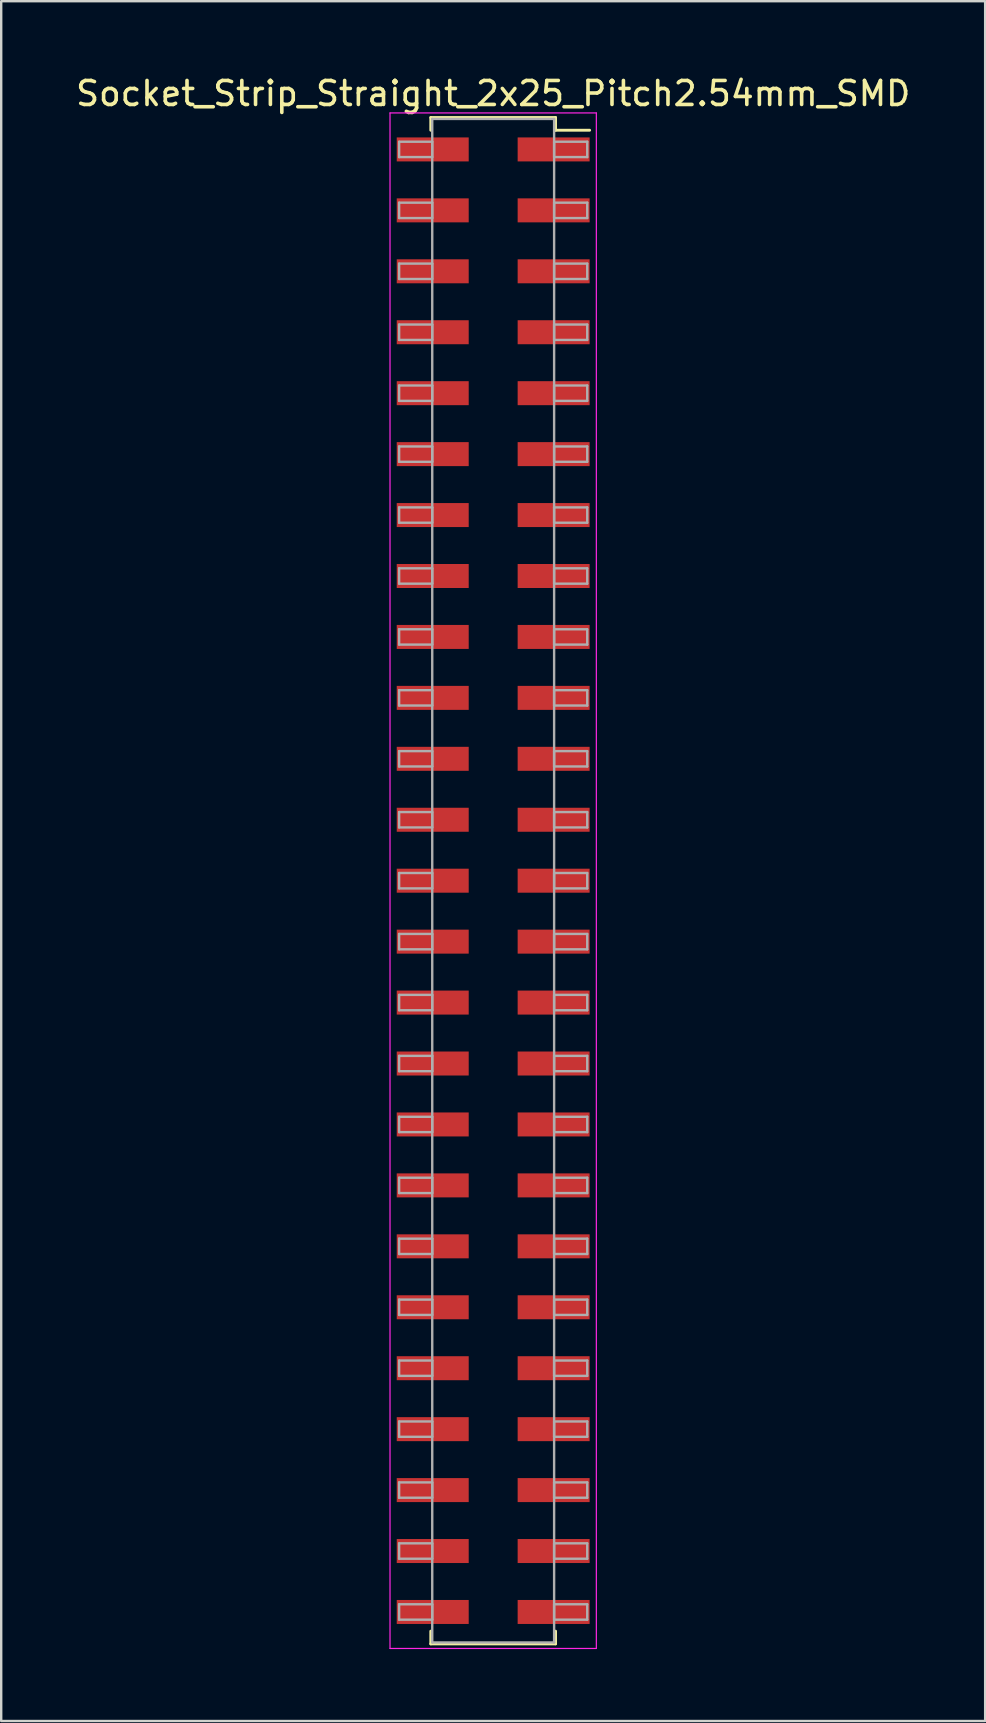
<source format=kicad_pcb>
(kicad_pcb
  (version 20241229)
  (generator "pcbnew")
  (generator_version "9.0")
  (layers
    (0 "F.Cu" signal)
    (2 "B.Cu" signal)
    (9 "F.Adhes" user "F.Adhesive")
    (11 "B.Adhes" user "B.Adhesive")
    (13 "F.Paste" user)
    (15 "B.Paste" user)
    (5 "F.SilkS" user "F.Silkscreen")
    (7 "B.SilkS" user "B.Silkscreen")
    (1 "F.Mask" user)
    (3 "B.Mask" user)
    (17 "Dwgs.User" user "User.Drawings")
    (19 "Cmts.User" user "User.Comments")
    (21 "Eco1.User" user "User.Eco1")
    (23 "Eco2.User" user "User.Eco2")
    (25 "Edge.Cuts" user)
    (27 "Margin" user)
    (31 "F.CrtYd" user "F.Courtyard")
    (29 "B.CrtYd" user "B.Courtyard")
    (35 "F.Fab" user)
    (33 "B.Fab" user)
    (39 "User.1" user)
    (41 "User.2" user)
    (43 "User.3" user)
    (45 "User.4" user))
  (footprint "Socket_Strip_Straight_2x25_Pitch2.54mm_SMD"
    (layer "F.Cu")
    (at 17.506 33.658)
    (property "Reference" "Socket_Strip_Straight_2x25_Pitch2.54mm_SMD" (at 0 -32.81 0) (layer "F.SilkS") (effects (font (size 1 1) (thickness 0.15))))
    (attr smd)
    (fp_line (start -2.6 -31.81) (end 2.6 -31.81) (stroke (width 0.12) (type solid)) (layer "F.SilkS"))
    (fp_line (start -2.6 -31.28) (end -2.6 -31.81) (stroke (width 0.12) (type solid)) (layer "F.SilkS"))
    (fp_line (start -2.6 31.28) (end -2.6 31.81) (stroke (width 0.12) (type solid)) (layer "F.SilkS"))
    (fp_line (start -2.6 31.81) (end 2.6 31.81) (stroke (width 0.12) (type solid)) (layer "F.SilkS"))
    (fp_line (start 2.6 -31.81) (end 2.6 -31.28) (stroke (width 0.12) (type solid)) (layer "F.SilkS"))
    (fp_line (start 2.6 31.81) (end 2.6 31.28) (stroke (width 0.12) (type solid)) (layer "F.SilkS"))
    (fp_line (start 4.02 -31.28) (end 2.6 -31.28) (stroke (width 0.12) (type solid)) (layer "F.SilkS"))
    (fp_line (start -4.3 -32) (end -4.3 32) (stroke (width 0.05) (type solid)) (layer "F.CrtYd"))
    (fp_line (start -4.3 32) (end 4.3 32) (stroke (width 0.05) (type solid)) (layer "F.CrtYd"))
    (fp_line (start 4.3 -32) (end -4.3 -32) (stroke (width 0.05) (type solid)) (layer "F.CrtYd"))
    (fp_line (start 4.3 32) (end 4.3 -32) (stroke (width 0.05) (type solid)) (layer "F.CrtYd"))
    (fp_line (start -3.92 -30.8) (end -2.54 -30.8) (stroke (width 0.1) (type solid)) (layer "F.Fab"))
    (fp_line (start -3.92 -30.16) (end -3.92 -30.8) (stroke (width 0.1) (type solid)) (layer "F.Fab"))
    (fp_line (start -3.92 -28.26) (end -2.54 -28.26) (stroke (width 0.1) (type solid)) (layer "F.Fab"))
    (fp_line (start -3.92 -27.62) (end -3.92 -28.26) (stroke (width 0.1) (type solid)) (layer "F.Fab"))
    (fp_line (start -3.92 -25.72) (end -2.54 -25.72) (stroke (width 0.1) (type solid)) (layer "F.Fab"))
    (fp_line (start -3.92 -25.08) (end -3.92 -25.72) (stroke (width 0.1) (type solid)) (layer "F.Fab"))
    (fp_line (start -3.92 -23.18) (end -2.54 -23.18) (stroke (width 0.1) (type solid)) (layer "F.Fab"))
    (fp_line (start -3.92 -22.54) (end -3.92 -23.18) (stroke (width 0.1) (type solid)) (layer "F.Fab"))
    (fp_line (start -3.92 -20.64) (end -2.54 -20.64) (stroke (width 0.1) (type solid)) (layer "F.Fab"))
    (fp_line (start -3.92 -20) (end -3.92 -20.64) (stroke (width 0.1) (type solid)) (layer "F.Fab"))
    (fp_line (start -3.92 -18.1) (end -2.54 -18.1) (stroke (width 0.1) (type solid)) (layer "F.Fab"))
    (fp_line (start -3.92 -17.46) (end -3.92 -18.1) (stroke (width 0.1) (type solid)) (layer "F.Fab"))
    (fp_line (start -3.92 -15.56) (end -2.54 -15.56) (stroke (width 0.1) (type solid)) (layer "F.Fab"))
    (fp_line (start -3.92 -14.92) (end -3.92 -15.56) (stroke (width 0.1) (type solid)) (layer "F.Fab"))
    (fp_line (start -3.92 -13.02) (end -2.54 -13.02) (stroke (width 0.1) (type solid)) (layer "F.Fab"))
    (fp_line (start -3.92 -12.38) (end -3.92 -13.02) (stroke (width 0.1) (type solid)) (layer "F.Fab"))
    (fp_line (start -3.92 -10.48) (end -2.54 -10.48) (stroke (width 0.1) (type solid)) (layer "F.Fab"))
    (fp_line (start -3.92 -9.84) (end -3.92 -10.48) (stroke (width 0.1) (type solid)) (layer "F.Fab"))
    (fp_line (start -3.92 -7.94) (end -2.54 -7.94) (stroke (width 0.1) (type solid)) (layer "F.Fab"))
    (fp_line (start -3.92 -7.3) (end -3.92 -7.94) (stroke (width 0.1) (type solid)) (layer "F.Fab"))
    (fp_line (start -3.92 -5.4) (end -2.54 -5.4) (stroke (width 0.1) (type solid)) (layer "F.Fab"))
    (fp_line (start -3.92 -4.76) (end -3.92 -5.4) (stroke (width 0.1) (type solid)) (layer "F.Fab"))
    (fp_line (start -3.92 -2.86) (end -2.54 -2.86) (stroke (width 0.1) (type solid)) (layer "F.Fab"))
    (fp_line (start -3.92 -2.22) (end -3.92 -2.86) (stroke (width 0.1) (type solid)) (layer "F.Fab"))
    (fp_line (start -3.92 -0.32) (end -2.54 -0.32) (stroke (width 0.1) (type solid)) (layer "F.Fab"))
    (fp_line (start -3.92 0.32) (end -3.92 -0.32) (stroke (width 0.1) (type solid)) (layer "F.Fab"))
    (fp_line (start -3.92 2.22) (end -2.54 2.22) (stroke (width 0.1) (type solid)) (layer "F.Fab"))
    (fp_line (start -3.92 2.86) (end -3.92 2.22) (stroke (width 0.1) (type solid)) (layer "F.Fab"))
    (fp_line (start -3.92 4.76) (end -2.54 4.76) (stroke (width 0.1) (type solid)) (layer "F.Fab"))
    (fp_line (start -3.92 5.4) (end -3.92 4.76) (stroke (width 0.1) (type solid)) (layer "F.Fab"))
    (fp_line (start -3.92 7.3) (end -2.54 7.3) (stroke (width 0.1) (type solid)) (layer "F.Fab"))
    (fp_line (start -3.92 7.94) (end -3.92 7.3) (stroke (width 0.1) (type solid)) (layer "F.Fab"))
    (fp_line (start -3.92 9.84) (end -2.54 9.84) (stroke (width 0.1) (type solid)) (layer "F.Fab"))
    (fp_line (start -3.92 10.48) (end -3.92 9.84) (stroke (width 0.1) (type solid)) (layer "F.Fab"))
    (fp_line (start -3.92 12.38) (end -2.54 12.38) (stroke (width 0.1) (type solid)) (layer "F.Fab"))
    (fp_line (start -3.92 13.02) (end -3.92 12.38) (stroke (width 0.1) (type solid)) (layer "F.Fab"))
    (fp_line (start -3.92 14.92) (end -2.54 14.92) (stroke (width 0.1) (type solid)) (layer "F.Fab"))
    (fp_line (start -3.92 15.56) (end -3.92 14.92) (stroke (width 0.1) (type solid)) (layer "F.Fab"))
    (fp_line (start -3.92 17.46) (end -2.54 17.46) (stroke (width 0.1) (type solid)) (layer "F.Fab"))
    (fp_line (start -3.92 18.1) (end -3.92 17.46) (stroke (width 0.1) (type solid)) (layer "F.Fab"))
    (fp_line (start -3.92 20) (end -2.54 20) (stroke (width 0.1) (type solid)) (layer "F.Fab"))
    (fp_line (start -3.92 20.64) (end -3.92 20) (stroke (width 0.1) (type solid)) (layer "F.Fab"))
    (fp_line (start -3.92 22.54) (end -2.54 22.54) (stroke (width 0.1) (type solid)) (layer "F.Fab"))
    (fp_line (start -3.92 23.18) (end -3.92 22.54) (stroke (width 0.1) (type solid)) (layer "F.Fab"))
    (fp_line (start -3.92 25.08) (end -2.54 25.08) (stroke (width 0.1) (type solid)) (layer "F.Fab"))
    (fp_line (start -3.92 25.72) (end -3.92 25.08) (stroke (width 0.1) (type solid)) (layer "F.Fab"))
    (fp_line (start -3.92 27.62) (end -2.54 27.62) (stroke (width 0.1) (type solid)) (layer "F.Fab"))
    (fp_line (start -3.92 28.26) (end -3.92 27.62) (stroke (width 0.1) (type solid)) (layer "F.Fab"))
    (fp_line (start -3.92 30.16) (end -2.54 30.16) (stroke (width 0.1) (type solid)) (layer "F.Fab"))
    (fp_line (start -3.92 30.8) (end -3.92 30.16) (stroke (width 0.1) (type solid)) (layer "F.Fab"))
    (fp_line (start -2.54 -31.75) (end -2.54 31.75) (stroke (width 0.1) (type solid)) (layer "F.Fab"))
    (fp_line (start -2.54 -30.8) (end -2.54 -30.16) (stroke (width 0.1) (type solid)) (layer "F.Fab"))
    (fp_line (start -2.54 -30.16) (end -3.92 -30.16) (stroke (width 0.1) (type solid)) (layer "F.Fab"))
    (fp_line (start -2.54 -28.26) (end -2.54 -27.62) (stroke (width 0.1) (type solid)) (layer "F.Fab"))
    (fp_line (start -2.54 -27.62) (end -3.92 -27.62) (stroke (width 0.1) (type solid)) (layer "F.Fab"))
    (fp_line (start -2.54 -25.72) (end -2.54 -25.08) (stroke (width 0.1) (type solid)) (layer "F.Fab"))
    (fp_line (start -2.54 -25.08) (end -3.92 -25.08) (stroke (width 0.1) (type solid)) (layer "F.Fab"))
    (fp_line (start -2.54 -23.18) (end -2.54 -22.54) (stroke (width 0.1) (type solid)) (layer "F.Fab"))
    (fp_line (start -2.54 -22.54) (end -3.92 -22.54) (stroke (width 0.1) (type solid)) (layer "F.Fab"))
    (fp_line (start -2.54 -20.64) (end -2.54 -20) (stroke (width 0.1) (type solid)) (layer "F.Fab"))
    (fp_line (start -2.54 -20) (end -3.92 -20) (stroke (width 0.1) (type solid)) (layer "F.Fab"))
    (fp_line (start -2.54 -18.1) (end -2.54 -17.46) (stroke (width 0.1) (type solid)) (layer "F.Fab"))
    (fp_line (start -2.54 -17.46) (end -3.92 -17.46) (stroke (width 0.1) (type solid)) (layer "F.Fab"))
    (fp_line (start -2.54 -15.56) (end -2.54 -14.92) (stroke (width 0.1) (type solid)) (layer "F.Fab"))
    (fp_line (start -2.54 -14.92) (end -3.92 -14.92) (stroke (width 0.1) (type solid)) (layer "F.Fab"))
    (fp_line (start -2.54 -13.02) (end -2.54 -12.38) (stroke (width 0.1) (type solid)) (layer "F.Fab"))
    (fp_line (start -2.54 -12.38) (end -3.92 -12.38) (stroke (width 0.1) (type solid)) (layer "F.Fab"))
    (fp_line (start -2.54 -10.48) (end -2.54 -9.84) (stroke (width 0.1) (type solid)) (layer "F.Fab"))
    (fp_line (start -2.54 -9.84) (end -3.92 -9.84) (stroke (width 0.1) (type solid)) (layer "F.Fab"))
    (fp_line (start -2.54 -7.94) (end -2.54 -7.3) (stroke (width 0.1) (type solid)) (layer "F.Fab"))
    (fp_line (start -2.54 -7.3) (end -3.92 -7.3) (stroke (width 0.1) (type solid)) (layer "F.Fab"))
    (fp_line (start -2.54 -5.4) (end -2.54 -4.76) (stroke (width 0.1) (type solid)) (layer "F.Fab"))
    (fp_line (start -2.54 -4.76) (end -3.92 -4.76) (stroke (width 0.1) (type solid)) (layer "F.Fab"))
    (fp_line (start -2.54 -2.86) (end -2.54 -2.22) (stroke (width 0.1) (type solid)) (layer "F.Fab"))
    (fp_line (start -2.54 -2.22) (end -3.92 -2.22) (stroke (width 0.1) (type solid)) (layer "F.Fab"))
    (fp_line (start -2.54 -0.32) (end -2.54 0.32) (stroke (width 0.1) (type solid)) (layer "F.Fab"))
    (fp_line (start -2.54 0.32) (end -3.92 0.32) (stroke (width 0.1) (type solid)) (layer "F.Fab"))
    (fp_line (start -2.54 2.22) (end -2.54 2.86) (stroke (width 0.1) (type solid)) (layer "F.Fab"))
    (fp_line (start -2.54 2.86) (end -3.92 2.86) (stroke (width 0.1) (type solid)) (layer "F.Fab"))
    (fp_line (start -2.54 4.76) (end -2.54 5.4) (stroke (width 0.1) (type solid)) (layer "F.Fab"))
    (fp_line (start -2.54 5.4) (end -3.92 5.4) (stroke (width 0.1) (type solid)) (layer "F.Fab"))
    (fp_line (start -2.54 7.3) (end -2.54 7.94) (stroke (width 0.1) (type solid)) (layer "F.Fab"))
    (fp_line (start -2.54 7.94) (end -3.92 7.94) (stroke (width 0.1) (type solid)) (layer "F.Fab"))
    (fp_line (start -2.54 9.84) (end -2.54 10.48) (stroke (width 0.1) (type solid)) (layer "F.Fab"))
    (fp_line (start -2.54 10.48) (end -3.92 10.48) (stroke (width 0.1) (type solid)) (layer "F.Fab"))
    (fp_line (start -2.54 12.38) (end -2.54 13.02) (stroke (width 0.1) (type solid)) (layer "F.Fab"))
    (fp_line (start -2.54 13.02) (end -3.92 13.02) (stroke (width 0.1) (type solid)) (layer "F.Fab"))
    (fp_line (start -2.54 14.92) (end -2.54 15.56) (stroke (width 0.1) (type solid)) (layer "F.Fab"))
    (fp_line (start -2.54 15.56) (end -3.92 15.56) (stroke (width 0.1) (type solid)) (layer "F.Fab"))
    (fp_line (start -2.54 17.46) (end -2.54 18.1) (stroke (width 0.1) (type solid)) (layer "F.Fab"))
    (fp_line (start -2.54 18.1) (end -3.92 18.1) (stroke (width 0.1) (type solid)) (layer "F.Fab"))
    (fp_line (start -2.54 20) (end -2.54 20.64) (stroke (width 0.1) (type solid)) (layer "F.Fab"))
    (fp_line (start -2.54 20.64) (end -3.92 20.64) (stroke (width 0.1) (type solid)) (layer "F.Fab"))
    (fp_line (start -2.54 22.54) (end -2.54 23.18) (stroke (width 0.1) (type solid)) (layer "F.Fab"))
    (fp_line (start -2.54 23.18) (end -3.92 23.18) (stroke (width 0.1) (type solid)) (layer "F.Fab"))
    (fp_line (start -2.54 25.08) (end -2.54 25.72) (stroke (width 0.1) (type solid)) (layer "F.Fab"))
    (fp_line (start -2.54 25.72) (end -3.92 25.72) (stroke (width 0.1) (type solid)) (layer "F.Fab"))
    (fp_line (start -2.54 27.62) (end -2.54 28.26) (stroke (width 0.1) (type solid)) (layer "F.Fab"))
    (fp_line (start -2.54 28.26) (end -3.92 28.26) (stroke (width 0.1) (type solid)) (layer "F.Fab"))
    (fp_line (start -2.54 30.16) (end -2.54 30.8) (stroke (width 0.1) (type solid)) (layer "F.Fab"))
    (fp_line (start -2.54 30.8) (end -3.92 30.8) (stroke (width 0.1) (type solid)) (layer "F.Fab"))
    (fp_line (start -2.54 31.75) (end 2.54 31.75) (stroke (width 0.1) (type solid)) (layer "F.Fab"))
    (fp_line (start 2.54 -31.75) (end -2.54 -31.75) (stroke (width 0.1) (type solid)) (layer "F.Fab"))
    (fp_line (start 2.54 -30.8) (end 2.54 -30.16) (stroke (width 0.1) (type solid)) (layer "F.Fab"))
    (fp_line (start 2.54 -30.16) (end 3.92 -30.16) (stroke (width 0.1) (type solid)) (layer "F.Fab"))
    (fp_line (start 2.54 -28.26) (end 2.54 -27.62) (stroke (width 0.1) (type solid)) (layer "F.Fab"))
    (fp_line (start 2.54 -27.62) (end 3.92 -27.62) (stroke (width 0.1) (type solid)) (layer "F.Fab"))
    (fp_line (start 2.54 -25.72) (end 2.54 -25.08) (stroke (width 0.1) (type solid)) (layer "F.Fab"))
    (fp_line (start 2.54 -25.08) (end 3.92 -25.08) (stroke (width 0.1) (type solid)) (layer "F.Fab"))
    (fp_line (start 2.54 -23.18) (end 2.54 -22.54) (stroke (width 0.1) (type solid)) (layer "F.Fab"))
    (fp_line (start 2.54 -22.54) (end 3.92 -22.54) (stroke (width 0.1) (type solid)) (layer "F.Fab"))
    (fp_line (start 2.54 -20.64) (end 2.54 -20) (stroke (width 0.1) (type solid)) (layer "F.Fab"))
    (fp_line (start 2.54 -20) (end 3.92 -20) (stroke (width 0.1) (type solid)) (layer "F.Fab"))
    (fp_line (start 2.54 -18.1) (end 2.54 -17.46) (stroke (width 0.1) (type solid)) (layer "F.Fab"))
    (fp_line (start 2.54 -17.46) (end 3.92 -17.46) (stroke (width 0.1) (type solid)) (layer "F.Fab"))
    (fp_line (start 2.54 -15.56) (end 2.54 -14.92) (stroke (width 0.1) (type solid)) (layer "F.Fab"))
    (fp_line (start 2.54 -14.92) (end 3.92 -14.92) (stroke (width 0.1) (type solid)) (layer "F.Fab"))
    (fp_line (start 2.54 -13.02) (end 2.54 -12.38) (stroke (width 0.1) (type solid)) (layer "F.Fab"))
    (fp_line (start 2.54 -12.38) (end 3.92 -12.38) (stroke (width 0.1) (type solid)) (layer "F.Fab"))
    (fp_line (start 2.54 -10.48) (end 2.54 -9.84) (stroke (width 0.1) (type solid)) (layer "F.Fab"))
    (fp_line (start 2.54 -9.84) (end 3.92 -9.84) (stroke (width 0.1) (type solid)) (layer "F.Fab"))
    (fp_line (start 2.54 -7.94) (end 2.54 -7.3) (stroke (width 0.1) (type solid)) (layer "F.Fab"))
    (fp_line (start 2.54 -7.3) (end 3.92 -7.3) (stroke (width 0.1) (type solid)) (layer "F.Fab"))
    (fp_line (start 2.54 -5.4) (end 2.54 -4.76) (stroke (width 0.1) (type solid)) (layer "F.Fab"))
    (fp_line (start 2.54 -4.76) (end 3.92 -4.76) (stroke (width 0.1) (type solid)) (layer "F.Fab"))
    (fp_line (start 2.54 -2.86) (end 2.54 -2.22) (stroke (width 0.1) (type solid)) (layer "F.Fab"))
    (fp_line (start 2.54 -2.22) (end 3.92 -2.22) (stroke (width 0.1) (type solid)) (layer "F.Fab"))
    (fp_line (start 2.54 -0.32) (end 2.54 0.32) (stroke (width 0.1) (type solid)) (layer "F.Fab"))
    (fp_line (start 2.54 0.32) (end 3.92 0.32) (stroke (width 0.1) (type solid)) (layer "F.Fab"))
    (fp_line (start 2.54 2.22) (end 2.54 2.86) (stroke (width 0.1) (type solid)) (layer "F.Fab"))
    (fp_line (start 2.54 2.86) (end 3.92 2.86) (stroke (width 0.1) (type solid)) (layer "F.Fab"))
    (fp_line (start 2.54 4.76) (end 2.54 5.4) (stroke (width 0.1) (type solid)) (layer "F.Fab"))
    (fp_line (start 2.54 5.4) (end 3.92 5.4) (stroke (width 0.1) (type solid)) (layer "F.Fab"))
    (fp_line (start 2.54 7.3) (end 2.54 7.94) (stroke (width 0.1) (type solid)) (layer "F.Fab"))
    (fp_line (start 2.54 7.94) (end 3.92 7.94) (stroke (width 0.1) (type solid)) (layer "F.Fab"))
    (fp_line (start 2.54 9.84) (end 2.54 10.48) (stroke (width 0.1) (type solid)) (layer "F.Fab"))
    (fp_line (start 2.54 10.48) (end 3.92 10.48) (stroke (width 0.1) (type solid)) (layer "F.Fab"))
    (fp_line (start 2.54 12.38) (end 2.54 13.02) (stroke (width 0.1) (type solid)) (layer "F.Fab"))
    (fp_line (start 2.54 13.02) (end 3.92 13.02) (stroke (width 0.1) (type solid)) (layer "F.Fab"))
    (fp_line (start 2.54 14.92) (end 2.54 15.56) (stroke (width 0.1) (type solid)) (layer "F.Fab"))
    (fp_line (start 2.54 15.56) (end 3.92 15.56) (stroke (width 0.1) (type solid)) (layer "F.Fab"))
    (fp_line (start 2.54 17.46) (end 2.54 18.1) (stroke (width 0.1) (type solid)) (layer "F.Fab"))
    (fp_line (start 2.54 18.1) (end 3.92 18.1) (stroke (width 0.1) (type solid)) (layer "F.Fab"))
    (fp_line (start 2.54 20) (end 2.54 20.64) (stroke (width 0.1) (type solid)) (layer "F.Fab"))
    (fp_line (start 2.54 20.64) (end 3.92 20.64) (stroke (width 0.1) (type solid)) (layer "F.Fab"))
    (fp_line (start 2.54 22.54) (end 2.54 23.18) (stroke (width 0.1) (type solid)) (layer "F.Fab"))
    (fp_line (start 2.54 23.18) (end 3.92 23.18) (stroke (width 0.1) (type solid)) (layer "F.Fab"))
    (fp_line (start 2.54 25.08) (end 2.54 25.72) (stroke (width 0.1) (type solid)) (layer "F.Fab"))
    (fp_line (start 2.54 25.72) (end 3.92 25.72) (stroke (width 0.1) (type solid)) (layer "F.Fab"))
    (fp_line (start 2.54 27.62) (end 2.54 28.26) (stroke (width 0.1) (type solid)) (layer "F.Fab"))
    (fp_line (start 2.54 28.26) (end 3.92 28.26) (stroke (width 0.1) (type solid)) (layer "F.Fab"))
    (fp_line (start 2.54 30.16) (end 2.54 30.8) (stroke (width 0.1) (type solid)) (layer "F.Fab"))
    (fp_line (start 2.54 30.8) (end 3.92 30.8) (stroke (width 0.1) (type solid)) (layer "F.Fab"))
    (fp_line (start 2.54 31.75) (end 2.54 -31.75) (stroke (width 0.1) (type solid)) (layer "F.Fab"))
    (fp_line (start 3.92 -30.8) (end 2.54 -30.8) (stroke (width 0.1) (type solid)) (layer "F.Fab"))
    (fp_line (start 3.92 -30.16) (end 3.92 -30.8) (stroke (width 0.1) (type solid)) (layer "F.Fab"))
    (fp_line (start 3.92 -28.26) (end 2.54 -28.26) (stroke (width 0.1) (type solid)) (layer "F.Fab"))
    (fp_line (start 3.92 -27.62) (end 3.92 -28.26) (stroke (width 0.1) (type solid)) (layer "F.Fab"))
    (fp_line (start 3.92 -25.72) (end 2.54 -25.72) (stroke (width 0.1) (type solid)) (layer "F.Fab"))
    (fp_line (start 3.92 -25.08) (end 3.92 -25.72) (stroke (width 0.1) (type solid)) (layer "F.Fab"))
    (fp_line (start 3.92 -23.18) (end 2.54 -23.18) (stroke (width 0.1) (type solid)) (layer "F.Fab"))
    (fp_line (start 3.92 -22.54) (end 3.92 -23.18) (stroke (width 0.1) (type solid)) (layer "F.Fab"))
    (fp_line (start 3.92 -20.64) (end 2.54 -20.64) (stroke (width 0.1) (type solid)) (layer "F.Fab"))
    (fp_line (start 3.92 -20) (end 3.92 -20.64) (stroke (width 0.1) (type solid)) (layer "F.Fab"))
    (fp_line (start 3.92 -18.1) (end 2.54 -18.1) (stroke (width 0.1) (type solid)) (layer "F.Fab"))
    (fp_line (start 3.92 -17.46) (end 3.92 -18.1) (stroke (width 0.1) (type solid)) (layer "F.Fab"))
    (fp_line (start 3.92 -15.56) (end 2.54 -15.56) (stroke (width 0.1) (type solid)) (layer "F.Fab"))
    (fp_line (start 3.92 -14.92) (end 3.92 -15.56) (stroke (width 0.1) (type solid)) (layer "F.Fab"))
    (fp_line (start 3.92 -13.02) (end 2.54 -13.02) (stroke (width 0.1) (type solid)) (layer "F.Fab"))
    (fp_line (start 3.92 -12.38) (end 3.92 -13.02) (stroke (width 0.1) (type solid)) (layer "F.Fab"))
    (fp_line (start 3.92 -10.48) (end 2.54 -10.48) (stroke (width 0.1) (type solid)) (layer "F.Fab"))
    (fp_line (start 3.92 -9.84) (end 3.92 -10.48) (stroke (width 0.1) (type solid)) (layer "F.Fab"))
    (fp_line (start 3.92 -7.94) (end 2.54 -7.94) (stroke (width 0.1) (type solid)) (layer "F.Fab"))
    (fp_line (start 3.92 -7.3) (end 3.92 -7.94) (stroke (width 0.1) (type solid)) (layer "F.Fab"))
    (fp_line (start 3.92 -5.4) (end 2.54 -5.4) (stroke (width 0.1) (type solid)) (layer "F.Fab"))
    (fp_line (start 3.92 -4.76) (end 3.92 -5.4) (stroke (width 0.1) (type solid)) (layer "F.Fab"))
    (fp_line (start 3.92 -2.86) (end 2.54 -2.86) (stroke (width 0.1) (type solid)) (layer "F.Fab"))
    (fp_line (start 3.92 -2.22) (end 3.92 -2.86) (stroke (width 0.1) (type solid)) (layer "F.Fab"))
    (fp_line (start 3.92 -0.32) (end 2.54 -0.32) (stroke (width 0.1) (type solid)) (layer "F.Fab"))
    (fp_line (start 3.92 0.32) (end 3.92 -0.32) (stroke (width 0.1) (type solid)) (layer "F.Fab"))
    (fp_line (start 3.92 2.22) (end 2.54 2.22) (stroke (width 0.1) (type solid)) (layer "F.Fab"))
    (fp_line (start 3.92 2.86) (end 3.92 2.22) (stroke (width 0.1) (type solid)) (layer "F.Fab"))
    (fp_line (start 3.92 4.76) (end 2.54 4.76) (stroke (width 0.1) (type solid)) (layer "F.Fab"))
    (fp_line (start 3.92 5.4) (end 3.92 4.76) (stroke (width 0.1) (type solid)) (layer "F.Fab"))
    (fp_line (start 3.92 7.3) (end 2.54 7.3) (stroke (width 0.1) (type solid)) (layer "F.Fab"))
    (fp_line (start 3.92 7.94) (end 3.92 7.3) (stroke (width 0.1) (type solid)) (layer "F.Fab"))
    (fp_line (start 3.92 9.84) (end 2.54 9.84) (stroke (width 0.1) (type solid)) (layer "F.Fab"))
    (fp_line (start 3.92 10.48) (end 3.92 9.84) (stroke (width 0.1) (type solid)) (layer "F.Fab"))
    (fp_line (start 3.92 12.38) (end 2.54 12.38) (stroke (width 0.1) (type solid)) (layer "F.Fab"))
    (fp_line (start 3.92 13.02) (end 3.92 12.38) (stroke (width 0.1) (type solid)) (layer "F.Fab"))
    (fp_line (start 3.92 14.92) (end 2.54 14.92) (stroke (width 0.1) (type solid)) (layer "F.Fab"))
    (fp_line (start 3.92 15.56) (end 3.92 14.92) (stroke (width 0.1) (type solid)) (layer "F.Fab"))
    (fp_line (start 3.92 17.46) (end 2.54 17.46) (stroke (width 0.1) (type solid)) (layer "F.Fab"))
    (fp_line (start 3.92 18.1) (end 3.92 17.46) (stroke (width 0.1) (type solid)) (layer "F.Fab"))
    (fp_line (start 3.92 20) (end 2.54 20) (stroke (width 0.1) (type solid)) (layer "F.Fab"))
    (fp_line (start 3.92 20.64) (end 3.92 20) (stroke (width 0.1) (type solid)) (layer "F.Fab"))
    (fp_line (start 3.92 22.54) (end 2.54 22.54) (stroke (width 0.1) (type solid)) (layer "F.Fab"))
    (fp_line (start 3.92 23.18) (end 3.92 22.54) (stroke (width 0.1) (type solid)) (layer "F.Fab"))
    (fp_line (start 3.92 25.08) (end 2.54 25.08) (stroke (width 0.1) (type solid)) (layer "F.Fab"))
    (fp_line (start 3.92 25.72) (end 3.92 25.08) (stroke (width 0.1) (type solid)) (layer "F.Fab"))
    (fp_line (start 3.92 27.62) (end 2.54 27.62) (stroke (width 0.1) (type solid)) (layer "F.Fab"))
    (fp_line (start 3.92 28.26) (end 3.92 27.62) (stroke (width 0.1) (type solid)) (layer "F.Fab"))
    (fp_line (start 3.92 30.16) (end 2.54 30.16) (stroke (width 0.1) (type solid)) (layer "F.Fab"))
    (fp_line (start 3.92 30.8) (end 3.92 30.16) (stroke (width 0.1) (type solid)) (layer "F.Fab"))
    (pad "1" smd rect (at 2.52 -30.48) (size 3 1) (layers "F.Cu" "F.Mask"))
    (pad "2" smd rect (at -2.52 -30.48) (size 3 1) (layers "F.Cu" "F.Mask"))
    (pad "3" smd rect (at 2.52 -27.94) (size 3 1) (layers "F.Cu" "F.Mask"))
    (pad "4" smd rect (at -2.52 -27.94) (size 3 1) (layers "F.Cu" "F.Mask"))
    (pad "5" smd rect (at 2.52 -25.4) (size 3 1) (layers "F.Cu" "F.Mask"))
    (pad "6" smd rect (at -2.52 -25.4) (size 3 1) (layers "F.Cu" "F.Mask"))
    (pad "7" smd rect (at 2.52 -22.86) (size 3 1) (layers "F.Cu" "F.Mask"))
    (pad "8" smd rect (at -2.52 -22.86) (size 3 1) (layers "F.Cu" "F.Mask"))
    (pad "9" smd rect (at 2.52 -20.32) (size 3 1) (layers "F.Cu" "F.Mask"))
    (pad "10" smd rect (at -2.52 -20.32) (size 3 1) (layers "F.Cu" "F.Mask"))
    (pad "11" smd rect (at 2.52 -17.78) (size 3 1) (layers "F.Cu" "F.Mask"))
    (pad "12" smd rect (at -2.52 -17.78) (size 3 1) (layers "F.Cu" "F.Mask"))
    (pad "13" smd rect (at 2.52 -15.24) (size 3 1) (layers "F.Cu" "F.Mask"))
    (pad "14" smd rect (at -2.52 -15.24) (size 3 1) (layers "F.Cu" "F.Mask"))
    (pad "15" smd rect (at 2.52 -12.7) (size 3 1) (layers "F.Cu" "F.Mask"))
    (pad "16" smd rect (at -2.52 -12.7) (size 3 1) (layers "F.Cu" "F.Mask"))
    (pad "17" smd rect (at 2.52 -10.16) (size 3 1) (layers "F.Cu" "F.Mask"))
    (pad "18" smd rect (at -2.52 -10.16) (size 3 1) (layers "F.Cu" "F.Mask"))
    (pad "19" smd rect (at 2.52 -7.62) (size 3 1) (layers "F.Cu" "F.Mask"))
    (pad "20" smd rect (at -2.52 -7.62) (size 3 1) (layers "F.Cu" "F.Mask"))
    (pad "21" smd rect (at 2.52 -5.08) (size 3 1) (layers "F.Cu" "F.Mask"))
    (pad "22" smd rect (at -2.52 -5.08) (size 3 1) (layers "F.Cu" "F.Mask"))
    (pad "23" smd rect (at 2.52 -2.54) (size 3 1) (layers "F.Cu" "F.Mask"))
    (pad "24" smd rect (at -2.52 -2.54) (size 3 1) (layers "F.Cu" "F.Mask"))
    (pad "25" smd rect (at 2.52 0) (size 3 1) (layers "F.Cu" "F.Mask"))
    (pad "26" smd rect (at -2.52 0) (size 3 1) (layers "F.Cu" "F.Mask"))
    (pad "27" smd rect (at 2.52 2.54) (size 3 1) (layers "F.Cu" "F.Mask"))
    (pad "28" smd rect (at -2.52 2.54) (size 3 1) (layers "F.Cu" "F.Mask"))
    (pad "29" smd rect (at 2.52 5.08) (size 3 1) (layers "F.Cu" "F.Mask"))
    (pad "30" smd rect (at -2.52 5.08) (size 3 1) (layers "F.Cu" "F.Mask"))
    (pad "31" smd rect (at 2.52 7.62) (size 3 1) (layers "F.Cu" "F.Mask"))
    (pad "32" smd rect (at -2.52 7.62) (size 3 1) (layers "F.Cu" "F.Mask"))
    (pad "33" smd rect (at 2.52 10.16) (size 3 1) (layers "F.Cu" "F.Mask"))
    (pad "34" smd rect (at -2.52 10.16) (size 3 1) (layers "F.Cu" "F.Mask"))
    (pad "35" smd rect (at 2.52 12.7) (size 3 1) (layers "F.Cu" "F.Mask"))
    (pad "36" smd rect (at -2.52 12.7) (size 3 1) (layers "F.Cu" "F.Mask"))
    (pad "37" smd rect (at 2.52 15.24) (size 3 1) (layers "F.Cu" "F.Mask"))
    (pad "38" smd rect (at -2.52 15.24) (size 3 1) (layers "F.Cu" "F.Mask"))
    (pad "39" smd rect (at 2.52 17.78) (size 3 1) (layers "F.Cu" "F.Mask"))
    (pad "40" smd rect (at -2.52 17.78) (size 3 1) (layers "F.Cu" "F.Mask"))
    (pad "41" smd rect (at 2.52 20.32) (size 3 1) (layers "F.Cu" "F.Mask"))
    (pad "42" smd rect (at -2.52 20.32) (size 3 1) (layers "F.Cu" "F.Mask"))
    (pad "43" smd rect (at 2.52 22.86) (size 3 1) (layers "F.Cu" "F.Mask"))
    (pad "44" smd rect (at -2.52 22.86) (size 3 1) (layers "F.Cu" "F.Mask"))
    (pad "45" smd rect (at 2.52 25.4) (size 3 1) (layers "F.Cu" "F.Mask"))
    (pad "46" smd rect (at -2.52 25.4) (size 3 1) (layers "F.Cu" "F.Mask"))
    (pad "47" smd rect (at 2.52 27.94) (size 3 1) (layers "F.Cu" "F.Mask"))
    (pad "48" smd rect (at -2.52 27.94) (size 3 1) (layers "F.Cu" "F.Mask"))
    (pad "49" smd rect (at 2.52 30.48) (size 3 1) (layers "F.Cu" "F.Mask"))
    (pad "50" smd rect (at -2.52 30.48) (size 3 1) (layers "F.Cu" "F.Mask")))
  (gr_rect
    (start -3 -3)
    (end 38.012 68.683)
    (stroke (width 0.1) (type default))
    (fill no)
    (layer "Edge.Cuts")))
</source>
